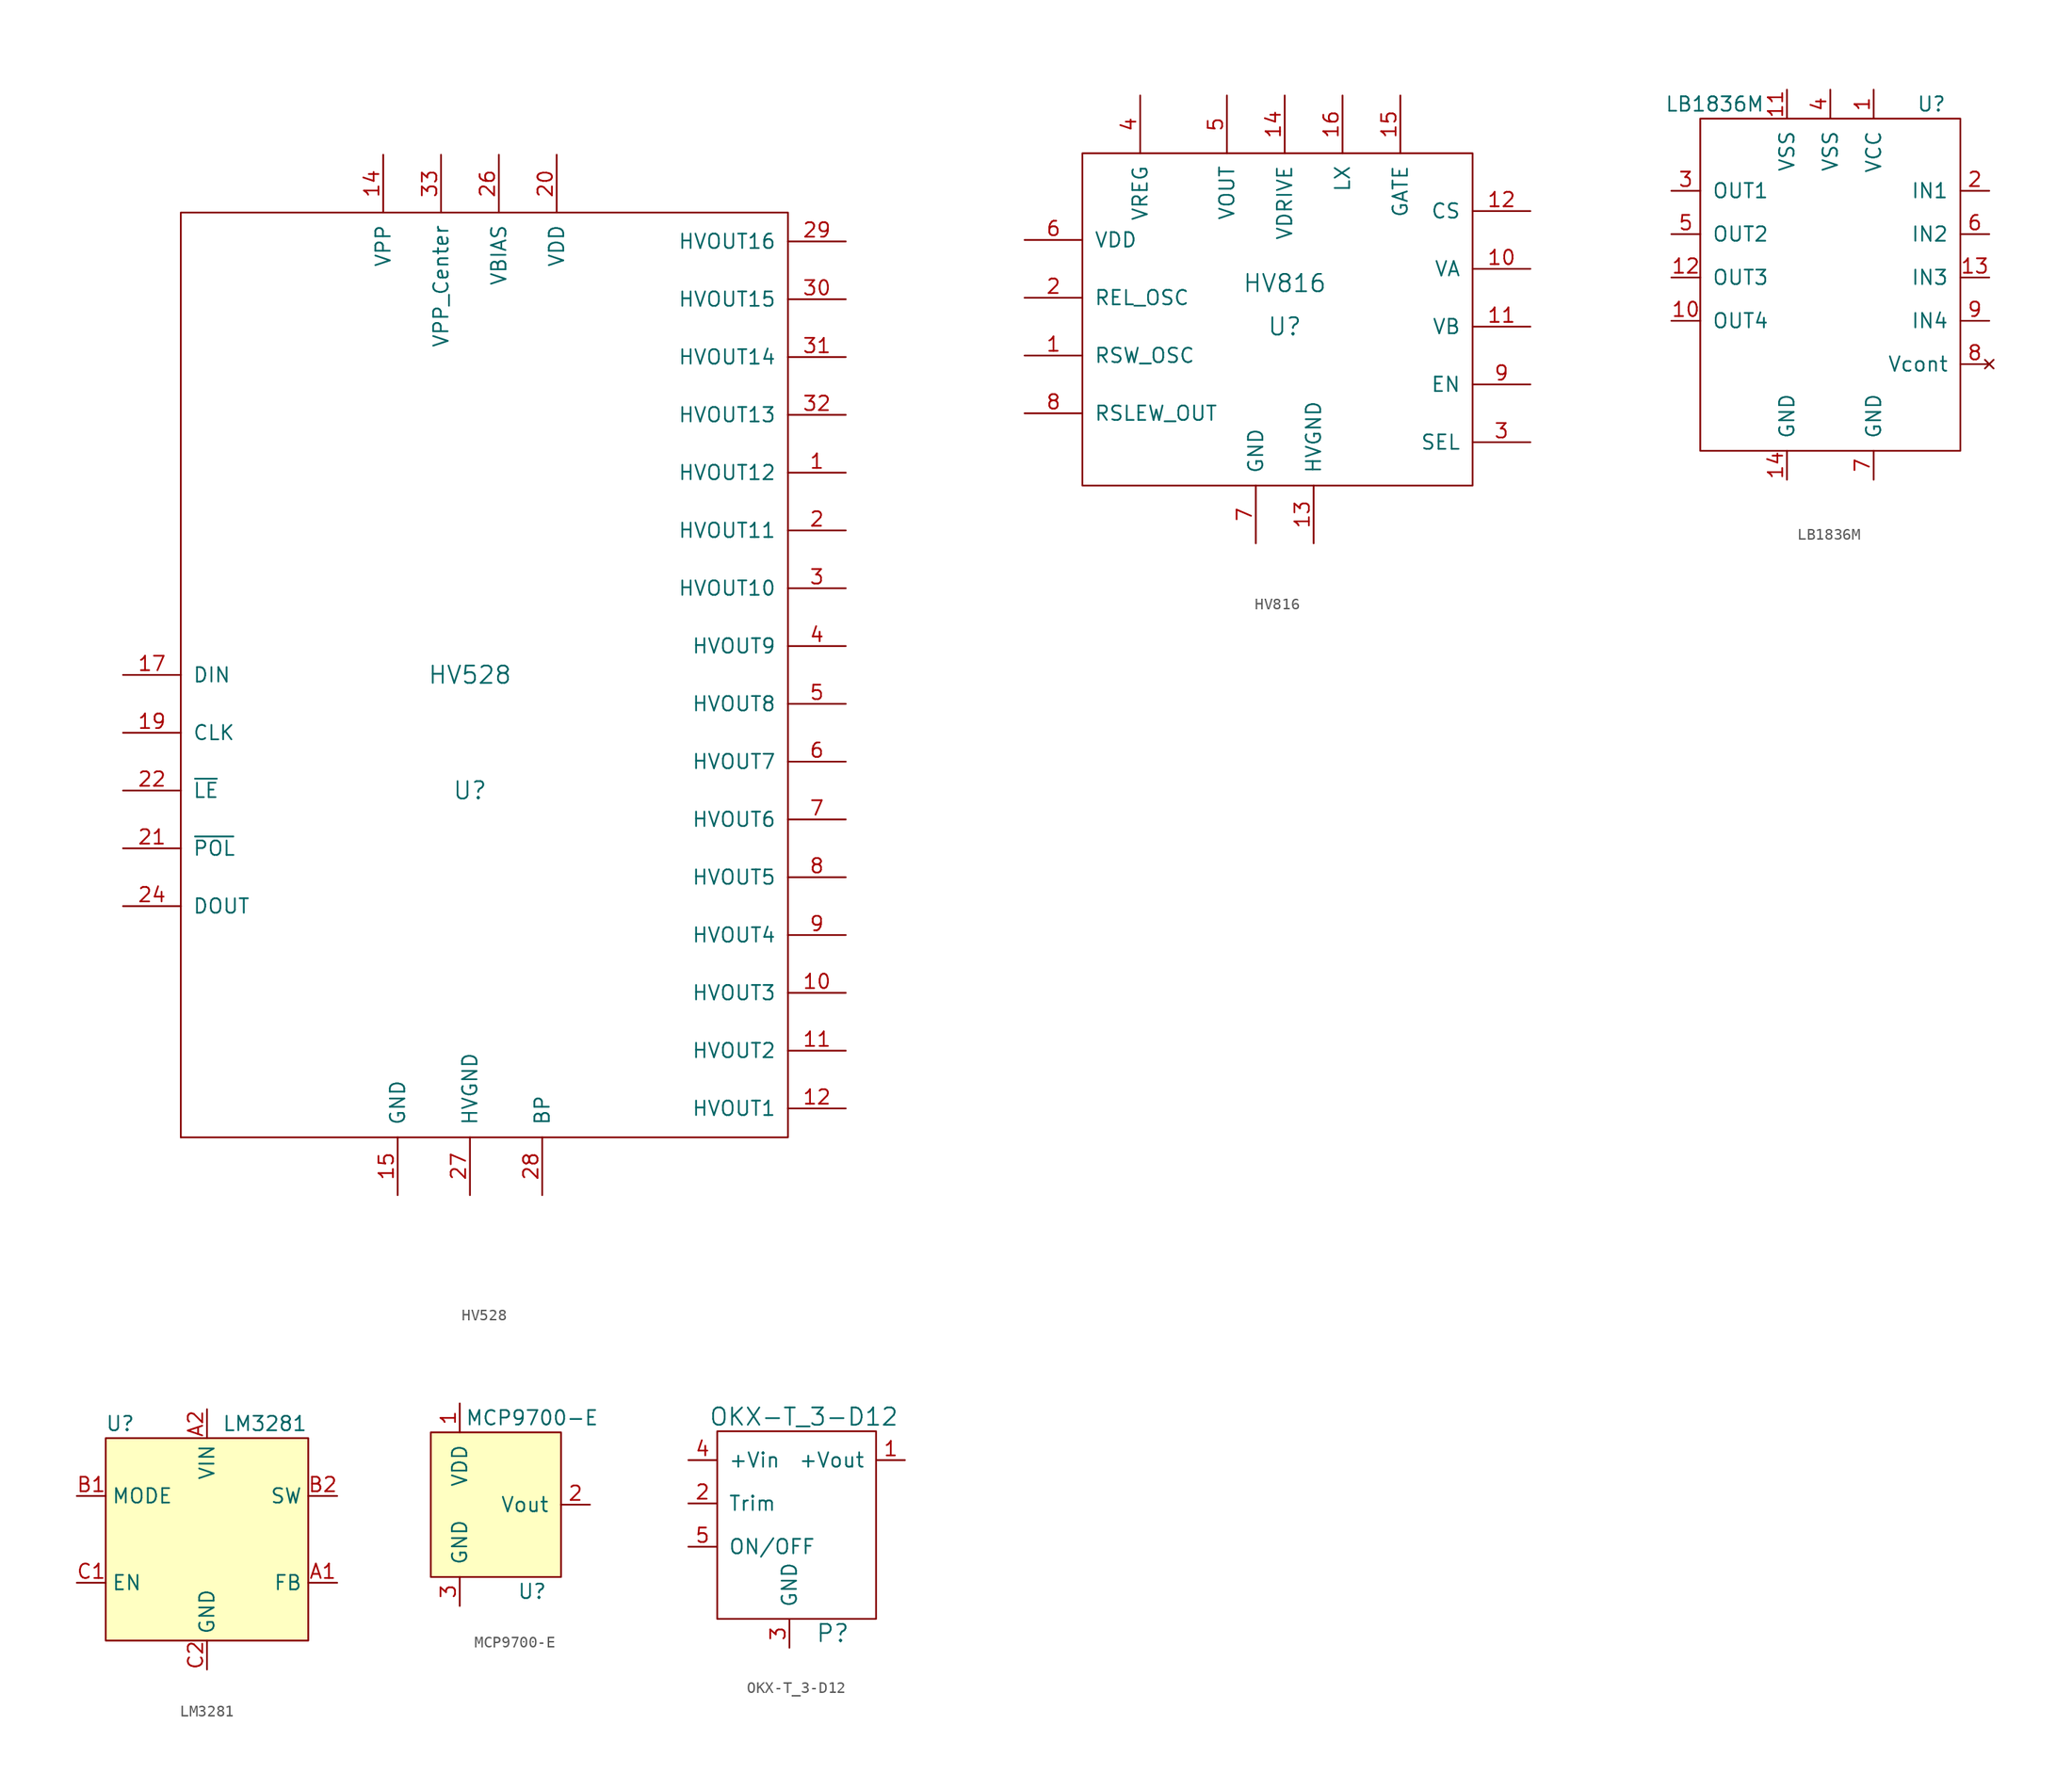
<source format=kicad_sym>
(kicad_symbol_lib
  (version 20211014)
  (generator kicad_symbol_editor)
  (symbol "HV528"
    (pin_names
      (offset 1.016))
    (property "Reference" "U"
      (at 0 0 0)
      (effects (font (size 1.524 1.524))))
    (property "Value" "HV528"
      (at 0 10.16 0)
      (effects (font (size 1.524 1.524))))
    (symbol "HV528_0_1"
      (rectangle (start -25.4 -30.48) (end -25.4 -30.48) (stroke (width 0) (type default) (color 0 0 0 0)) (fill (type none)))
      (rectangle (start 27.94 50.8) (end -25.4 -30.48) (stroke (width 0) (type default) (color 0 0 0 0)) (fill (type none))))
    (symbol "HV528_1_1"
      (pin output line (at 33.02 27.94 180) (length 5.08) (name "HVOUT12" (effects (font (size 1.27 1.27)))) (number "1" (effects (font (size 1.27 1.27)))))
      (pin output line (at 33.02 -17.78 180) (length 5.08) (name "HVOUT3" (effects (font (size 1.27 1.27)))) (number "10" (effects (font (size 1.27 1.27)))))
      (pin output line (at 33.02 -22.86 180) (length 5.08) (name "HVOUT2" (effects (font (size 1.27 1.27)))) (number "11" (effects (font (size 1.27 1.27)))))
      (pin output line (at 33.02 -27.94 180) (length 5.08) (name "HVOUT1" (effects (font (size 1.27 1.27)))) (number "12" (effects (font (size 1.27 1.27)))))
      (pin no_connect line (at -30.48 -15.24 0) (length 5.08) hide (name "NC" (effects (font (size 1.27 1.27)))) (number "13" (effects (font (size 1.27 1.27)))))
      (pin power_in line (at -7.62 55.88 270) (length 5.08) (name "VPP" (effects (font (size 1.27 1.27)))) (number "14" (effects (font (size 1.27 1.27)))))
      (pin power_out line (at -6.35 -35.56 90) (length 5.08) (name "GND" (effects (font (size 1.27 1.27)))) (number "15" (effects (font (size 1.27 1.27)))))
      (pin no_connect line (at -30.48 -17.78 0) (length 5.08) hide (name "NC" (effects (font (size 1.27 1.27)))) (number "16" (effects (font (size 1.27 1.27)))))
      (pin input line (at -30.48 10.16 0) (length 5.08) (name "DIN" (effects (font (size 1.27 1.27)))) (number "17" (effects (font (size 1.27 1.27)))))
      (pin no_connect line (at -30.48 -20.32 0) (length 5.08) hide (name "NC" (effects (font (size 1.27 1.27)))) (number "18" (effects (font (size 1.27 1.27)))))
      (pin input line (at -30.48 5.08 0) (length 5.08) (name "CLK" (effects (font (size 1.27 1.27)))) (number "19" (effects (font (size 1.27 1.27)))))
      (pin output line (at 33.02 22.86 180) (length 5.08) (name "HVOUT11" (effects (font (size 1.27 1.27)))) (number "2" (effects (font (size 1.27 1.27)))))
      (pin power_in line (at 7.62 55.88 270) (length 5.08) (name "VDD" (effects (font (size 1.27 1.27)))) (number "20" (effects (font (size 1.27 1.27)))))
      (pin input line (at -30.48 -5.08 0) (length 5.08) (name "~{POL}" (effects (font (size 1.27 1.27)))) (number "21" (effects (font (size 1.27 1.27)))))
      (pin input line (at -30.48 0 0) (length 5.08) (name "~{LE}" (effects (font (size 1.27 1.27)))) (number "22" (effects (font (size 1.27 1.27)))))
      (pin no_connect line (at -30.48 -22.86 0) (length 5.08) hide (name "NC" (effects (font (size 1.27 1.27)))) (number "23" (effects (font (size 1.27 1.27)))))
      (pin input line (at -30.48 -10.16 0) (length 5.08) (name "DOUT" (effects (font (size 1.27 1.27)))) (number "24" (effects (font (size 1.27 1.27)))))
      (pin no_connect line (at -30.48 -25.4 0) (length 5.08) hide (name "NC" (effects (font (size 1.27 1.27)))) (number "25" (effects (font (size 1.27 1.27)))))
      (pin power_in line (at 2.54 55.88 270) (length 5.08) (name "VBIAS" (effects (font (size 1.27 1.27)))) (number "26" (effects (font (size 1.27 1.27)))))
      (pin power_out line (at 0 -35.56 90) (length 5.08) (name "HVGND" (effects (font (size 1.27 1.27)))) (number "27" (effects (font (size 1.27 1.27)))))
      (pin power_out line (at 6.35 -35.56 90) (length 5.08) (name "BP" (effects (font (size 1.27 1.27)))) (number "28" (effects (font (size 1.27 1.27)))))
      (pin output line (at 33.02 48.26 180) (length 5.08) (name "HVOUT16" (effects (font (size 1.27 1.27)))) (number "29" (effects (font (size 1.27 1.27)))))
      (pin output line (at 33.02 17.78 180) (length 5.08) (name "HVOUT10" (effects (font (size 1.27 1.27)))) (number "3" (effects (font (size 1.27 1.27)))))
      (pin output line (at 33.02 43.18 180) (length 5.08) (name "HVOUT15" (effects (font (size 1.27 1.27)))) (number "30" (effects (font (size 1.27 1.27)))))
      (pin output line (at 33.02 38.1 180) (length 5.08) (name "HVOUT14" (effects (font (size 1.27 1.27)))) (number "31" (effects (font (size 1.27 1.27)))))
      (pin output line (at 33.02 33.02 180) (length 5.08) (name "HVOUT13" (effects (font (size 1.27 1.27)))) (number "32" (effects (font (size 1.27 1.27)))))
      (pin power_in line (at -2.54 55.88 270) (length 5.08) (name "VPP_Center" (effects (font (size 1.27 1.27)))) (number "33" (effects (font (size 1.27 1.27)))))
      (pin output line (at 33.02 12.7 180) (length 5.08) (name "HVOUT9" (effects (font (size 1.27 1.27)))) (number "4" (effects (font (size 1.27 1.27)))))
      (pin output line (at 33.02 7.62 180) (length 5.08) (name "HVOUT8" (effects (font (size 1.27 1.27)))) (number "5" (effects (font (size 1.27 1.27)))))
      (pin output line (at 33.02 2.54 180) (length 5.08) (name "HVOUT7" (effects (font (size 1.27 1.27)))) (number "6" (effects (font (size 1.27 1.27)))))
      (pin output line (at 33.02 -2.54 180) (length 5.08) (name "HVOUT6" (effects (font (size 1.27 1.27)))) (number "7" (effects (font (size 1.27 1.27)))))
      (pin output line (at 33.02 -7.62 180) (length 5.08) (name "HVOUT5" (effects (font (size 1.27 1.27)))) (number "8" (effects (font (size 1.27 1.27)))))
      (pin output line (at 33.02 -12.7 180) (length 5.08) (name "HVOUT4" (effects (font (size 1.27 1.27)))) (number "9" (effects (font (size 1.27 1.27)))))))
  (symbol "HV816"
    (pin_names
      (offset 1.016))
    (property "Reference" "U"
      (at 0 0 0)
      (effects (font (size 1.524 1.524))))
    (property "Value" "HV816"
      (at 0 3.81 0)
      (effects (font (size 1.524 1.524))))
    (symbol "HV816_0_1"
      (rectangle (start -17.78 15.24) (end 16.51 -13.97) (stroke (width 0) (type default) (color 0 0 0 0)) (fill (type none))))
    (symbol "HV816_1_1"
      (pin output line (at -22.86 -2.54 0) (length 5.08) (name "RSW_OSC" (effects (font (size 1.27 1.27)))) (number "1" (effects (font (size 1.27 1.27)))))
      (pin output line (at 21.59 5.08 180) (length 5.08) (name "VA" (effects (font (size 1.27 1.27)))) (number "10" (effects (font (size 1.27 1.27)))))
      (pin output line (at 21.59 0 180) (length 5.08) (name "VB" (effects (font (size 1.27 1.27)))) (number "11" (effects (font (size 1.27 1.27)))))
      (pin output line (at 21.59 10.16 180) (length 5.08) (name "CS" (effects (font (size 1.27 1.27)))) (number "12" (effects (font (size 1.27 1.27)))))
      (pin output line (at 2.54 -19.05 90) (length 5.08) (name "HVGND" (effects (font (size 1.27 1.27)))) (number "13" (effects (font (size 1.27 1.27)))))
      (pin input line (at 0 20.32 270) (length 5.08) (name "VDRIVE" (effects (font (size 1.27 1.27)))) (number "14" (effects (font (size 1.27 1.27)))))
      (pin input line (at 10.16 20.32 270) (length 5.08) (name "GATE" (effects (font (size 1.27 1.27)))) (number "15" (effects (font (size 1.27 1.27)))))
      (pin output line (at 5.08 20.32 270) (length 5.08) (name "LX" (effects (font (size 1.27 1.27)))) (number "16" (effects (font (size 1.27 1.27)))))
      (pin output line (at -22.86 2.54 0) (length 5.08) (name "REL_OSC" (effects (font (size 1.27 1.27)))) (number "2" (effects (font (size 1.27 1.27)))))
      (pin input line (at 21.59 -10.16 180) (length 5.08) (name "SEL" (effects (font (size 1.27 1.27)))) (number "3" (effects (font (size 1.27 1.27)))))
      (pin power_in line (at -12.7 20.32 270) (length 5.08) (name "VREG" (effects (font (size 1.27 1.27)))) (number "4" (effects (font (size 1.27 1.27)))))
      (pin power_out line (at -5.08 20.32 270) (length 5.08) (name "VOUT" (effects (font (size 1.27 1.27)))) (number "5" (effects (font (size 1.27 1.27)))))
      (pin power_in line (at -22.86 7.62 0) (length 5.08) (name "VDD" (effects (font (size 1.27 1.27)))) (number "6" (effects (font (size 1.27 1.27)))))
      (pin power_out line (at -2.54 -19.05 90) (length 5.08) (name "GND" (effects (font (size 1.27 1.27)))) (number "7" (effects (font (size 1.27 1.27)))))
      (pin output line (at -22.86 -7.62 0) (length 5.08) (name "RSLEW_OUT" (effects (font (size 1.27 1.27)))) (number "8" (effects (font (size 1.27 1.27)))))
      (pin input line (at 21.59 -5.08 180) (length 5.08) (name "EN" (effects (font (size 1.27 1.27)))) (number "9" (effects (font (size 1.27 1.27)))))))
  (symbol "LB1836M"
    (pin_names
      (offset 1.016))
    (property "Reference" "U"
      (at 8.89 17.78 0)
      (effects (font (size 1.27 1.27))))
    (property "Value" "LB1836M"
      (at -10.16 17.78 0)
      (effects (font (size 1.27 1.27))))
    (symbol "LB1836M_0_1"
      (rectangle (start -11.43 16.51) (end 11.43 -12.7) (stroke (width 0) (type default) (color 0 0 0 0)) (fill (type none))))
    (symbol "LB1836M_1_1"
      (pin power_in line (at 3.81 19.05 270) (length 2.54) (name "VCC" (effects (font (size 1.27 1.27)))) (number "1" (effects (font (size 1.27 1.27)))))
      (pin output line (at -13.97 -1.27 0) (length 2.54) (name "OUT4" (effects (font (size 1.27 1.27)))) (number "10" (effects (font (size 1.27 1.27)))))
      (pin power_out line (at -3.81 19.05 270) (length 2.54) (name "VSS" (effects (font (size 1.27 1.27)))) (number "11" (effects (font (size 1.27 1.27)))))
      (pin output line (at -13.97 2.54 0) (length 2.54) (name "OUT3" (effects (font (size 1.27 1.27)))) (number "12" (effects (font (size 1.27 1.27)))))
      (pin input line (at 13.97 2.54 180) (length 2.54) (name "IN3" (effects (font (size 1.27 1.27)))) (number "13" (effects (font (size 1.27 1.27)))))
      (pin power_out line (at -3.81 -15.24 90) (length 2.54) (name "GND" (effects (font (size 1.27 1.27)))) (number "14" (effects (font (size 1.27 1.27)))))
      (pin input line (at 13.97 10.16 180) (length 2.54) (name "IN1" (effects (font (size 1.27 1.27)))) (number "2" (effects (font (size 1.27 1.27)))))
      (pin output line (at -13.97 10.16 0) (length 2.54) (name "OUT1" (effects (font (size 1.27 1.27)))) (number "3" (effects (font (size 1.27 1.27)))))
      (pin power_out line (at 0 19.05 270) (length 2.54) (name "VSS" (effects (font (size 1.27 1.27)))) (number "4" (effects (font (size 1.27 1.27)))))
      (pin output line (at -13.97 6.35 0) (length 2.54) (name "OUT2" (effects (font (size 1.27 1.27)))) (number "5" (effects (font (size 1.27 1.27)))))
      (pin input line (at 13.97 6.35 180) (length 2.54) (name "IN2" (effects (font (size 1.27 1.27)))) (number "6" (effects (font (size 1.27 1.27)))))
      (pin power_out line (at 3.81 -15.24 90) (length 2.54) (name "GND" (effects (font (size 1.27 1.27)))) (number "7" (effects (font (size 1.27 1.27)))))
      (pin no_connect line (at 13.97 -5.08 180) (length 2.54) (name "Vcont" (effects (font (size 1.27 1.27)))) (number "8" (effects (font (size 1.27 1.27)))))
      (pin input line (at 13.97 -1.27 180) (length 2.54) (name "IN4" (effects (font (size 1.27 1.27)))) (number "9" (effects (font (size 1.27 1.27)))))))
  (symbol "LM3281"
    (property "Reference" "U"
      (at -7.62 10.16 0)
      (effects (font (size 1.27 1.27))))
    (property "Value" "LM3281"
      (at 5.08 10.16 0)
      (effects (font (size 1.27 1.27))))
    (symbol "LM3281_0_1"
      (rectangle (start -8.89 8.89) (end 8.89 -8.89) (stroke (width 0.152) (type default) (color 0 0 0 0)) (fill (type background))))
    (symbol "LM3281_1_1"
      (pin power_in line (at 11.43 -3.81 180) (length 2.54) (name "FB" (effects (font (size 1.27 1.27)))) (number "A1" (effects (font (size 1.27 1.27)))))
      (pin power_in line (at 0 11.43 270) (length 2.54) (name "VIN" (effects (font (size 1.27 1.27)))) (number "A2" (effects (font (size 1.27 1.27)))))
      (pin input line (at -11.43 3.81 0) (length 2.54) (name "MODE" (effects (font (size 1.27 1.27)))) (number "B1" (effects (font (size 1.27 1.27)))))
      (pin power_out line (at 11.43 3.81 180) (length 2.54) (name "SW" (effects (font (size 1.27 1.27)))) (number "B2" (effects (font (size 1.27 1.27)))))
      (pin input line (at -11.43 -3.81 0) (length 2.54) (name "EN" (effects (font (size 1.27 1.27)))) (number "C1" (effects (font (size 1.27 1.27)))))
      (pin power_out line (at 0 -11.43 90) (length 2.54) (name "GND" (effects (font (size 1.27 1.27)))) (number "C2" (effects (font (size 1.27 1.27)))))))
  (symbol "MCP9700-E"
    (pin_names
      (offset 1.016))
    (property "Reference" "U"
      (at 6.35 -7.62 0)
      (effects (font (size 1.27 1.27))))
    (property "Value" "MCP9700-E"
      (at 6.35 7.62 0)
      (effects (font (size 1.27 1.27))))
    (symbol "MCP9700-E_0_1"
      (rectangle (start -2.54 6.35) (end 8.89 -6.35) (stroke (width 0) (type default) (color 0 0 0 0)) (fill (type background))))
    (symbol "MCP9700-E_1_1"
      (pin power_in line (at 0 8.89 270) (length 2.54) (name "VDD" (effects (font (size 1.27 1.27)))) (number "1" (effects (font (size 1.27 1.27)))))
      (pin output line (at 11.43 0 180) (length 2.54) (name "Vout" (effects (font (size 1.27 1.27)))) (number "2" (effects (font (size 1.27 1.27)))))
      (pin power_out line (at 0 -8.89 90) (length 2.54) (name "GND" (effects (font (size 1.27 1.27)))) (number "3" (effects (font (size 1.27 1.27)))))))
  (symbol "OKX-T_3-D12"
    (pin_names
      (offset 1.016))
    (property "Reference" "P"
      (at 3.81 -11.43 0)
      (effects (font (size 1.524 1.524))))
    (property "Value" "OKX-T_3-D12"
      (at 1.27 7.62 0)
      (effects (font (size 1.524 1.524))))
    (symbol "OKX-T_3-D12_0_1"
      (rectangle (start -6.35 6.35) (end 7.62 -10.16) (stroke (width 0) (type default) (color 0 0 0 0)) (fill (type none))))
    (symbol "OKX-T_3-D12_1_1"
      (pin input line (at 10.16 3.81 180) (length 2.489) (name "+Vout" (effects (font (size 1.27 1.27)))) (number "1" (effects (font (size 1.27 1.27)))))
      (pin input line (at -8.89 0 0) (length 2.489) (name "Trim" (effects (font (size 1.27 1.27)))) (number "2" (effects (font (size 1.27 1.27)))))
      (pin input line (at 0 -12.7 90) (length 2.489) (name "GND" (effects (font (size 1.27 1.27)))) (number "3" (effects (font (size 1.27 1.27)))))
      (pin input line (at -8.89 3.81 0) (length 2.489) (name "+Vin" (effects (font (size 1.27 1.27)))) (number "4" (effects (font (size 1.27 1.27)))))
      (pin input line (at -8.89 -3.81 0) (length 2.489) (name "ON/OFF" (effects (font (size 1.27 1.27)))) (number "5" (effects (font (size 1.27 1.27))))))))
</source>
